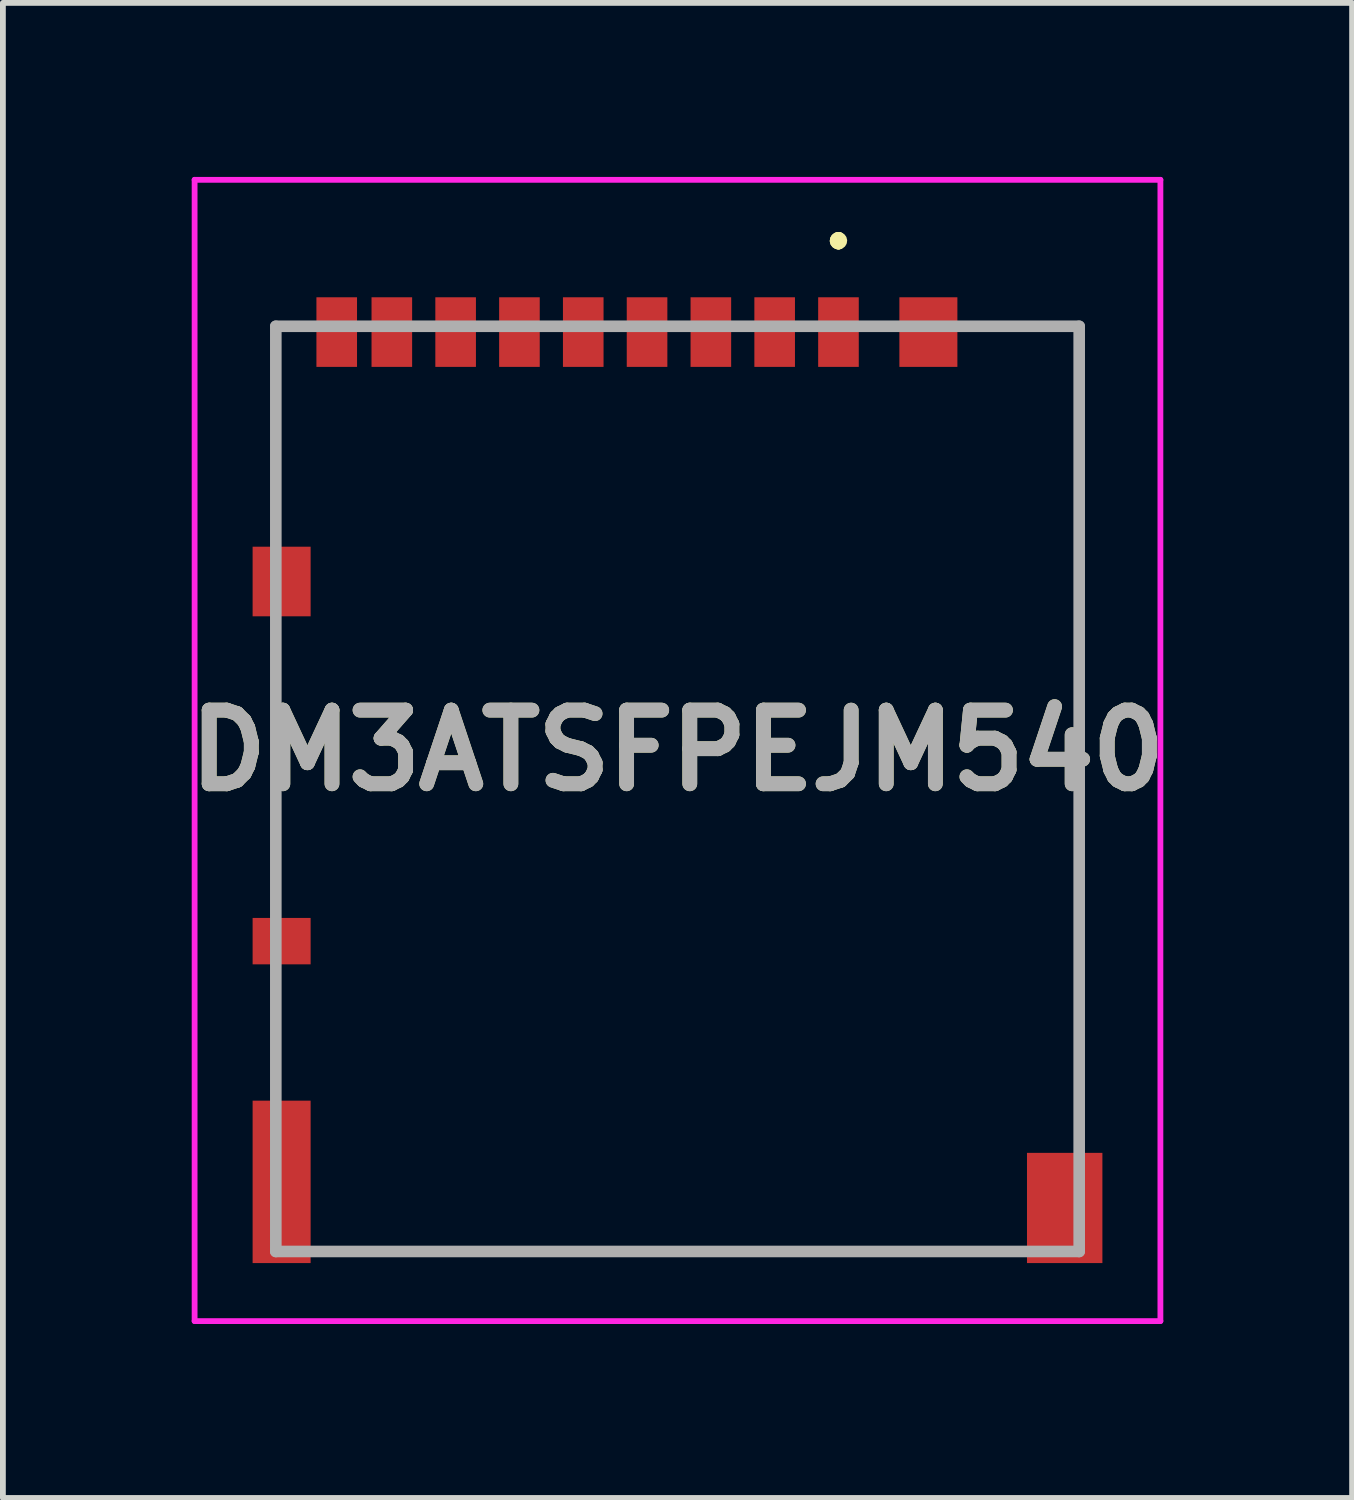
<source format=kicad_pcb>
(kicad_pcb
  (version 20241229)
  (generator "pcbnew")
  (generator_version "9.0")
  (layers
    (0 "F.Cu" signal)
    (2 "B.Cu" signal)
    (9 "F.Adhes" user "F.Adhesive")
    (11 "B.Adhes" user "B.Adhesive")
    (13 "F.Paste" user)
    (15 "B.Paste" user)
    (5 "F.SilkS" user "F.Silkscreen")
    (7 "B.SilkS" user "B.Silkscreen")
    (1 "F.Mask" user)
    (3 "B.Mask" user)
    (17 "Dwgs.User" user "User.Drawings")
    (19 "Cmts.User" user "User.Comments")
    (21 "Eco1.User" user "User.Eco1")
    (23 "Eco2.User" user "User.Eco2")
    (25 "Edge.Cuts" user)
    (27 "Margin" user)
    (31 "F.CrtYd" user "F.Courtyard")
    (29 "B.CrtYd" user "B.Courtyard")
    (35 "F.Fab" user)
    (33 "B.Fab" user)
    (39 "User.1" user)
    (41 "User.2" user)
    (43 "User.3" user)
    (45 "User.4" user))
  (footprint "DM3ATSFPEJM540"
    (layer "F.Cu")
    (at 11.405 3.275)
    (property "Reference" "DM3ATSFPEJM540" (at -2.775 6.613 0) (layer "F.SilkS") (effects (font (size 1.27 1.27) (thickness 0.254))))
    (attr smd)
    (fp_line (start -9.7 2.525) (end -9.7 -0.7) (stroke (width 0.1) (type solid)) (layer "F.SilkS"))
    (fp_line (start -9.7 5.025) (end -9.7 9.025) (stroke (width 0.1) (type solid)) (layer "F.SilkS"))
    (fp_line (start -8.525 15.25) (end 2.725 15.275) (stroke (width 0.1) (type solid)) (layer "F.SilkS"))
    (fp_line (start 0 -2.225) (end 0 -2.225) (stroke (width 0.2) (type solid)) (layer "F.SilkS"))
    (fp_line (start 0 -2.225) (end 0 -2.225) (stroke (width 0.2) (type solid)) (layer "F.SilkS"))
    (fp_line (start 0 -2.125) (end 0 -2.125) (stroke (width 0.2) (type solid)) (layer "F.SilkS"))
    (fp_line (start 4.15 -0.725) (end 2.475 -0.725) (stroke (width 0.1) (type solid)) (layer "F.SilkS"))
    (fp_line (start 4.15 13.025) (end 4.15 -0.725) (stroke (width 0.1) (type solid)) (layer "F.SilkS"))
    (fp_arc (start 0 -2.225) (mid 0.05 -2.175) (end 0 -2.125) (stroke (width 0.2) (type solid)) (layer "F.SilkS"))
    (fp_arc (start 0 -2.125) (mid -0.05 -2.175) (end 0 -2.225) (stroke (width 0.2) (type solid)) (layer "F.SilkS"))
    (fp_arc (start 0 -2.125) (mid -0.05 -2.175) (end 0 -2.225) (stroke (width 0.2) (type solid)) (layer "F.SilkS"))
    (fp_line (start -11.1 -3.225) (end 5.55 -3.225) (stroke (width 0.1) (type solid)) (layer "F.CrtYd"))
    (fp_line (start -11.1 16.45) (end -11.1 -3.225) (stroke (width 0.1) (type solid)) (layer "F.CrtYd"))
    (fp_line (start 5.55 -3.225) (end 5.55 16.45) (stroke (width 0.1) (type solid)) (layer "F.CrtYd"))
    (fp_line (start 5.55 16.45) (end -11.1 16.45) (stroke (width 0.1) (type solid)) (layer "F.CrtYd"))
    (fp_line (start -9.7 -0.7) (end -9.7 15.25) (stroke (width 0.2) (type solid)) (layer "F.Fab"))
    (fp_line (start -9.7 15.25) (end 4.15 15.25) (stroke (width 0.2) (type solid)) (layer "F.Fab"))
    (fp_line (start 4.15 -0.7) (end -9.7 -0.7) (stroke (width 0.2) (type solid)) (layer "F.Fab"))
    (fp_line (start 4.15 15.25) (end 4.15 -0.7) (stroke (width 0.2) (type solid)) (layer "F.Fab"))
    (fp_text user "${REFERENCE}" (at -2.775 6.613 0) (layer "F.Fab") (effects (font (size 1.27 1.27) (thickness 0.254))))
    (pad "1" smd rect (at 0 -0.6) (size 0.7 1.2) (layers "F.Cu" "F.Mask" "F.Paste"))
    (pad "2" smd rect (at -1.1 -0.6) (size 0.7 1.2) (layers "F.Cu" "F.Mask" "F.Paste"))
    (pad "3" smd rect (at -2.2 -0.6) (size 0.7 1.2) (layers "F.Cu" "F.Mask" "F.Paste"))
    (pad "4" smd rect (at -3.3 -0.6) (size 0.7 1.2) (layers "F.Cu" "F.Mask" "F.Paste"))
    (pad "5" smd rect (at -4.4 -0.6) (size 0.7 1.2) (layers "F.Cu" "F.Mask" "F.Paste"))
    (pad "6" smd rect (at -5.5 -0.6) (size 0.7 1.2) (layers "F.Cu" "F.Mask" "F.Paste"))
    (pad "7" smd rect (at -6.6 -0.6) (size 0.7 1.2) (layers "F.Cu" "F.Mask" "F.Paste"))
    (pad "8" smd rect (at -7.7 -0.6) (size 0.7 1.2) (layers "F.Cu" "F.Mask" "F.Paste"))
    (pad "CD1" smd rect (at -8.65 -0.6) (size 0.7 1.2) (layers "F.Cu" "F.Mask" "F.Paste"))
    (pad "MP1" smd rect (at 1.55 -0.6) (size 1 1.2) (layers "F.Cu" "F.Mask" "F.Paste"))
    (pad "MP2" smd rect (at -9.6 3.7) (size 1 1.2) (layers "F.Cu" "F.Mask" "F.Paste"))
    (pad "MP3" smd rect (at -9.6 9.9 90) (size 0.8 1) (layers "F.Cu" "F.Mask" "F.Paste"))
    (pad "MP4" smd rect (at -9.6 14.05) (size 1 2.8) (layers "F.Cu" "F.Mask" "F.Paste"))
    (pad "MP5" smd rect (at 3.9 14.5) (size 1.3 1.9) (layers "F.Cu" "F.Mask" "F.Paste")))
  (gr_rect
    (start -3 -3)
    (end 20.26 22.775)
    (stroke (width 0.1) (type default))
    (fill no)
    (layer "Edge.Cuts")))
</source>
